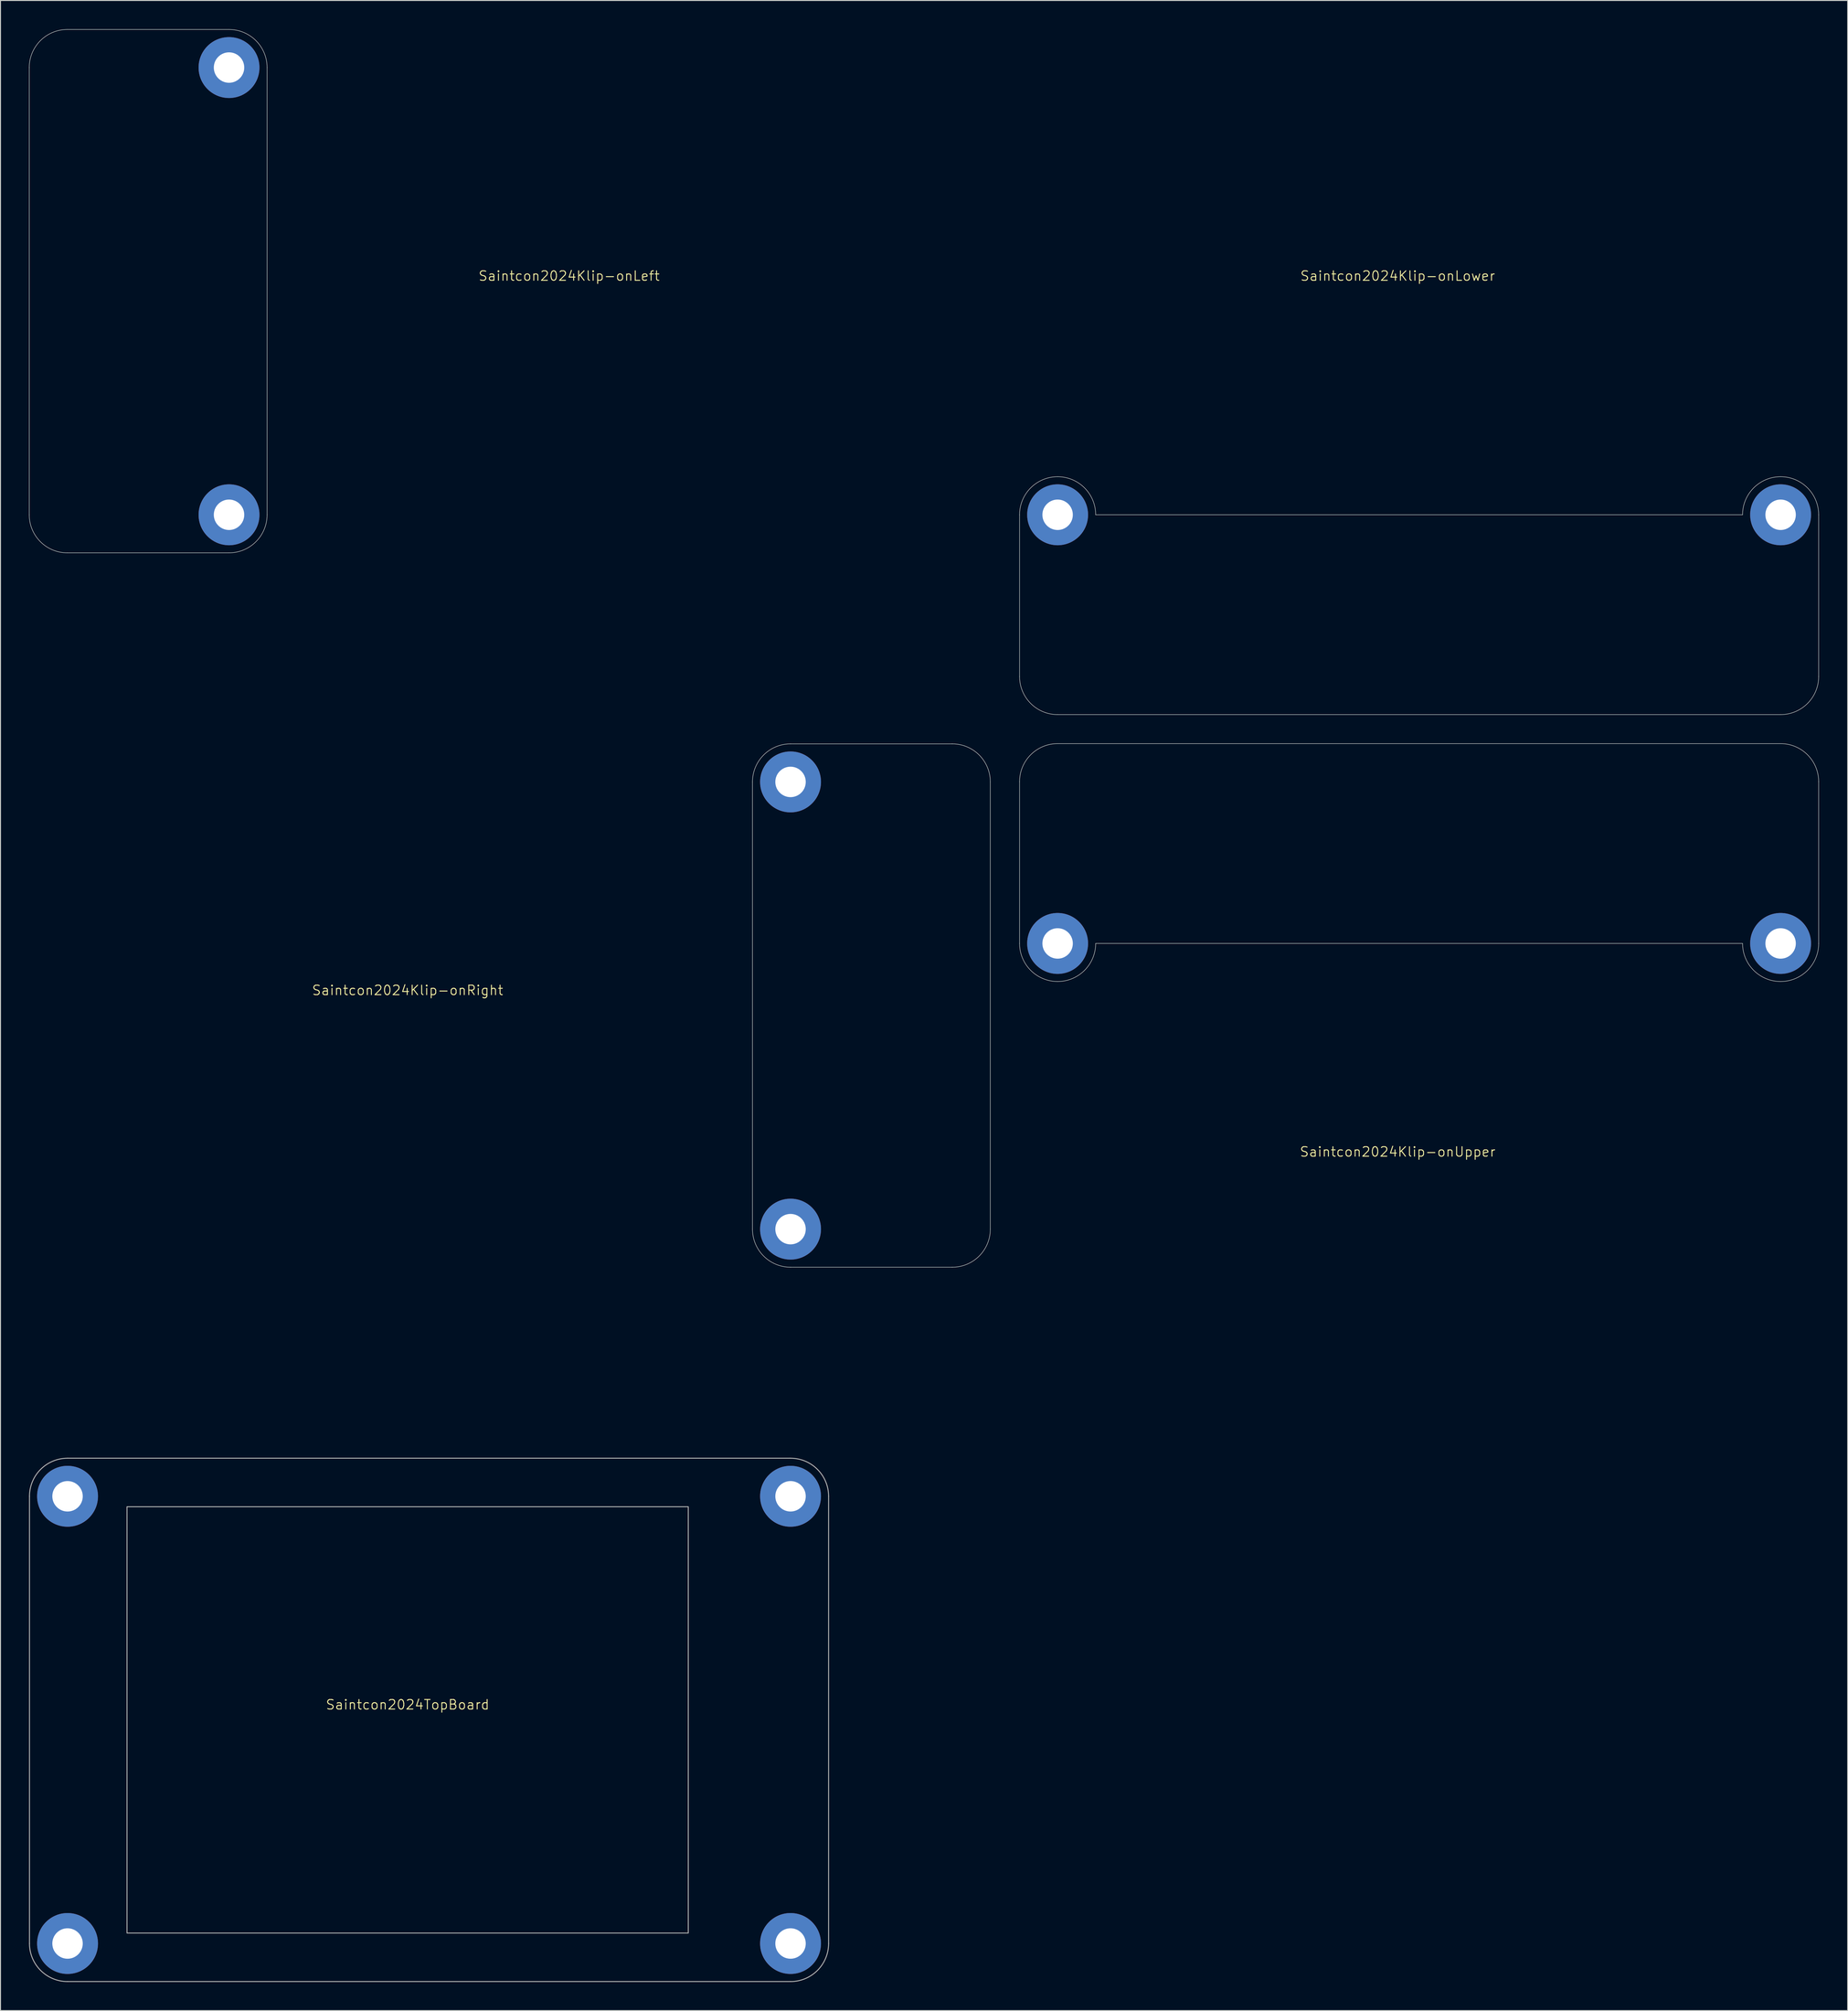
<source format=kicad_pcb>
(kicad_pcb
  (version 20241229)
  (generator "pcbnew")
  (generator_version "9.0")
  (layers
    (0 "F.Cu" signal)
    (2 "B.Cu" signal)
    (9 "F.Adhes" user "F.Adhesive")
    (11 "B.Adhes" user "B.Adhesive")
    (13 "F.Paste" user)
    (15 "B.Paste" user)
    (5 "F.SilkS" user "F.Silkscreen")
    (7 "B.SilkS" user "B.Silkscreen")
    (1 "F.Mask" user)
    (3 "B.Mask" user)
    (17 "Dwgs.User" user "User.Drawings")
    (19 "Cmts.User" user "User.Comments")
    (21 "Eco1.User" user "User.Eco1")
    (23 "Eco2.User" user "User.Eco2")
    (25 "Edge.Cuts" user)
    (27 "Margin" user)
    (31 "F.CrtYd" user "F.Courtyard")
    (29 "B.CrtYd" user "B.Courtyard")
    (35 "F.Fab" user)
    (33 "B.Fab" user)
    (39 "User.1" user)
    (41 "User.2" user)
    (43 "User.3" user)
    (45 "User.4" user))
  (footprint "Saintcon2024Klip-onRight"
    (layer "F.Cu")
    (at 39.8 101.525)
    (property "Reference" "Saintcon2024Klip-onRight" (at 0 -0.5 0) (unlocked yes) (layer "F.SilkS") (effects (font (size 1 1) (thickness 0.1))))
    (attr through_hole)
    (fp_line (start -39.75 24.6) (end -39.75 -22.4) (stroke (width 0.1) (type default)) (layer "Eco1.User"))
    (fp_line (start -35.75 -26.4) (end 40.25 -26.4) (stroke (width 0.1) (type default)) (layer "Eco1.User"))
    (fp_line (start 40.25 28.6) (end -35.75 28.6) (stroke (width 0.1) (type default)) (layer "Eco1.User"))
    (fp_line (start 44.25 -22.4) (end 44.25 24.6) (stroke (width 0.1) (type default)) (layer "Eco1.User"))
    (fp_rect (start -29.5 -21.3) (end 29.5 23.5) (stroke (width 0.1) (type default)) (fill no) (layer "Eco1.User"))
    (fp_arc (start -39.75 -22.4) (mid -38.578427 -25.228427) (end -35.75 -26.4) (stroke (width 0.1) (type default)) (layer "Eco1.User"))
    (fp_arc (start -35.75 28.6) (mid -38.578427 27.428427) (end -39.75 24.6) (stroke (width 0.1) (type default)) (layer "Eco1.User"))
    (fp_arc (start 40.25 -26.4) (mid 43.078427 -25.228427) (end 44.25 -22.4) (stroke (width 0.1) (type default)) (layer "Eco1.User"))
    (fp_arc (start 44.25 24.6) (mid 43.078427 27.428427) (end 40.25 28.6) (stroke (width 0.1) (type default)) (layer "Eco1.User"))
    (fp_line (start 36.25 24.6) (end 36.25 -22.4) (stroke (width 0.05) (type default)) (layer "Edge.Cuts"))
    (fp_line (start 57.25 -26.4) (end 40.25 -26.4) (stroke (width 0.05) (type default)) (layer "Edge.Cuts"))
    (fp_line (start 57.25 28.6) (end 40.25 28.6) (stroke (width 0.05) (type default)) (layer "Edge.Cuts"))
    (fp_line (start 61.25 24.6) (end 61.25 -22.4) (stroke (width 0.05) (type default)) (layer "Edge.Cuts"))
    (fp_arc (start 36.25 -22.4) (mid 37.421573 -25.228427) (end 40.25 -26.4) (stroke (width 0.05) (type default)) (layer "Edge.Cuts"))
    (fp_arc (start 40.25 28.6) (mid 37.421573 27.428427) (end 36.25 24.6) (stroke (width 0.05) (type default)) (layer "Edge.Cuts"))
    (fp_arc (start 57.25 -26.4) (mid 60.078427 -25.228427) (end 61.25 -22.4) (stroke (width 0.05) (type default)) (layer "Edge.Cuts"))
    (fp_arc (start 61.25 24.6) (mid 60.078427 27.428427) (end 57.25 28.6) (stroke (width 0.05) (type default)) (layer "Edge.Cuts"))
    (pad "+" thru_hole circle (at 40.25 24.6 180) (size 6.4 6.4) (drill 3.2) (layers "*.Cu" "*.Mask"))
    (pad "-" thru_hole circle (at 40.25 -22.4 180) (size 6.4 6.4) (drill 3.2) (layers "*.Cu" "*.Mask"))
    (zone (net_name "") (layer "B.Cu") (hatch edge 0.5) (connect_pads) (min_thickness 0.25) (filled_areas_thickness no) (keepout (tracks allowed) (vias allowed) (pads not_allowed) (copperpour allowed) (footprints not_allowed)) (placement (enabled no)) (fill) (polygon (pts (xy 84.05 122.725) (xy 69.3 122.725) (xy 69.3 82.475) (xy 84.05 82.475)))))
  (footprint "Saintcon2024Klip-onLeft"
    (layer "F.Cu")
    (at 56.775 26.45)
    (property "Reference" "Saintcon2024Klip-onLeft" (at 0 -0.5 0) (unlocked yes) (layer "F.SilkS") (effects (font (size 1 1) (thickness 0.1))))
    (attr through_hole)
    (fp_line (start -39.75 24.6) (end -39.75 -22.4) (stroke (width 0.1) (type default)) (layer "Eco1.User"))
    (fp_line (start -35.75 -26.4) (end 40.25 -26.4) (stroke (width 0.1) (type default)) (layer "Eco1.User"))
    (fp_line (start 40.25 28.6) (end -35.75 28.6) (stroke (width 0.1) (type default)) (layer "Eco1.User"))
    (fp_line (start 44.25 -22.4) (end 44.25 24.6) (stroke (width 0.1) (type default)) (layer "Eco1.User"))
    (fp_rect (start -29.5 -21.3) (end 29.5 23.5) (stroke (width 0.1) (type default)) (fill no) (layer "Eco1.User"))
    (fp_arc (start -39.75 -22.4) (mid -38.578427 -25.228427) (end -35.75 -26.4) (stroke (width 0.1) (type default)) (layer "Eco1.User"))
    (fp_arc (start -35.75 28.6) (mid -38.578427 27.428427) (end -39.75 24.6) (stroke (width 0.1) (type default)) (layer "Eco1.User"))
    (fp_arc (start 40.25 -26.4) (mid 43.078427 -25.228427) (end 44.25 -22.4) (stroke (width 0.1) (type default)) (layer "Eco1.User"))
    (fp_arc (start 44.25 24.6) (mid 43.078427 27.428427) (end 40.25 28.6) (stroke (width 0.1) (type default)) (layer "Eco1.User"))
    (fp_line (start -56.75 -22.4) (end -56.75 24.6) (stroke (width 0.05) (type default)) (layer "Edge.Cuts"))
    (fp_line (start -52.75 -26.4) (end -35.75 -26.4) (stroke (width 0.05) (type default)) (layer "Edge.Cuts"))
    (fp_line (start -52.75 28.6) (end -35.75 28.6) (stroke (width 0.05) (type default)) (layer "Edge.Cuts"))
    (fp_line (start -31.75 -22.4) (end -31.75 24.6) (stroke (width 0.05) (type default)) (layer "Edge.Cuts"))
    (fp_arc (start -56.75 -22.4) (mid -55.578427 -25.228427) (end -52.75 -26.4) (stroke (width 0.05) (type default)) (layer "Edge.Cuts"))
    (fp_arc (start -52.75 28.6) (mid -55.578427 27.428427) (end -56.75 24.6) (stroke (width 0.05) (type default)) (layer "Edge.Cuts"))
    (fp_arc (start -35.75 -26.4) (mid -32.921573 -25.228427) (end -31.75 -22.4) (stroke (width 0.05) (type default)) (layer "Edge.Cuts"))
    (fp_arc (start -31.75 24.6) (mid -32.921573 27.428427) (end -35.75 28.6) (stroke (width 0.05) (type default)) (layer "Edge.Cuts"))
    (pad "+" thru_hole circle (at -35.75 -22.4) (size 6.4 6.4) (drill 3.2) (layers "*.Cu" "*.Mask"))
    (pad "-" thru_hole circle (at -35.75 24.6) (size 6.4 6.4) (drill 3.2) (layers "*.Cu" "*.Mask"))
    (zone (net_name "") (layer "B.Cu") (hatch edge 0.5) (connect_pads) (min_thickness 0.25) (filled_areas_thickness no) (keepout (tracks allowed) (vias allowed) (pads not_allowed) (copperpour allowed) (footprints not_allowed)) (placement (enabled no)) (fill) (polygon (pts (xy 17.025 7.45) (xy 27.275 7.45) (xy 27.275 47.7) (xy 17.025 47.7)))))
  (footprint "Saintcon2024Klip-onLower"
    (layer "F.Cu")
    (at 143.875 26.45)
    (property "Reference" "Saintcon2024Klip-onLower" (at 0 -0.5 0) (unlocked yes) (layer "F.SilkS") (effects (font (size 1 1) (thickness 0.1))))
    (attr through_hole)
    (fp_line (start -39.75 24.6) (end -39.75 -22.4) (stroke (width 0.1) (type default)) (layer "Eco1.User"))
    (fp_line (start -35.75 -26.4) (end 40.25 -26.4) (stroke (width 0.1) (type default)) (layer "Eco1.User"))
    (fp_line (start 40.25 28.6) (end -35.75 28.6) (stroke (width 0.1) (type default)) (layer "Eco1.User"))
    (fp_line (start 44.25 -22.4) (end 44.25 24.6) (stroke (width 0.1) (type default)) (layer "Eco1.User"))
    (fp_rect (start -29.5 -21.3) (end 29.5 23.5) (stroke (width 0.1) (type default)) (fill no) (layer "Eco1.User"))
    (fp_arc (start -39.75 -22.4) (mid -38.578427 -25.228427) (end -35.75 -26.4) (stroke (width 0.1) (type default)) (layer "Eco1.User"))
    (fp_arc (start -35.75 28.6) (mid -38.578427 27.428427) (end -39.75 24.6) (stroke (width 0.1) (type default)) (layer "Eco1.User"))
    (fp_arc (start 40.25 -26.4) (mid 43.078427 -25.228427) (end 44.25 -22.4) (stroke (width 0.1) (type default)) (layer "Eco1.User"))
    (fp_arc (start 44.25 24.6) (mid 43.078427 27.428427) (end 40.25 28.6) (stroke (width 0.1) (type default)) (layer "Eco1.User"))
    (fp_line (start -39.75 24.6) (end -39.75 41.6) (stroke (width 0.05) (type default)) (layer "Edge.Cuts"))
    (fp_line (start 36.25 24.6) (end -31.75 24.6) (stroke (width 0.05) (type default)) (layer "Edge.Cuts"))
    (fp_line (start 40.25 45.6) (end -35.75 45.6) (stroke (width 0.05) (type default)) (layer "Edge.Cuts"))
    (fp_line (start 44.25 24.6) (end 44.25 41.6) (stroke (width 0.05) (type default)) (layer "Edge.Cuts"))
    (fp_arc (start -39.75 24.6) (mid -38.578427 21.771573) (end -35.75 20.6) (stroke (width 0.05) (type default)) (layer "Edge.Cuts"))
    (fp_arc (start -35.75 20.6) (mid -32.921573 21.771573) (end -31.75 24.6) (stroke (width 0.05) (type default)) (layer "Edge.Cuts"))
    (fp_arc (start -35.75 45.6) (mid -38.578427 44.428427) (end -39.75 41.6) (stroke (width 0.05) (type default)) (layer "Edge.Cuts"))
    (fp_arc (start 36.25 24.6) (mid 37.421573 21.771573) (end 40.25 20.6) (stroke (width 0.05) (type default)) (layer "Edge.Cuts"))
    (fp_arc (start 40.25 20.6) (mid 43.078427 21.771573) (end 44.25 24.6) (stroke (width 0.05) (type default)) (layer "Edge.Cuts"))
    (fp_arc (start 44.25 41.6) (mid 43.078427 44.428427) (end 40.25 45.6) (stroke (width 0.05) (type default)) (layer "Edge.Cuts"))
    (pad "+" thru_hole circle (at 40.25 24.6 180) (size 6.4 6.4) (drill 3.2) (layers "*.Cu" "*.Mask"))
    (pad "-" thru_hole circle (at -35.75 24.6) (size 6.4 6.4) (drill 3.2) (layers "*.Cu" "*.Mask"))
    (zone (net_name "") (layers "B.Cu" "Cmts.User") (hatch edge 0.5) (connect_pads) (min_thickness 0.25) (filled_areas_thickness no) (keepout (tracks allowed) (vias allowed) (pads not_allowed) (copperpour allowed) (footprints not_allowed)) (placement (enabled no)) (fill) (polygon (pts (xy 180.625 49.95) (xy 180.625 54.95) (xy 111.625 54.95) (xy 111.625 49.95)))))
  (footprint "Saintcon2024Klip-onUpper"
    (layer "F.Cu")
    (at 143.875 118.5)
    (property "Reference" "Saintcon2024Klip-onUpper" (at 0 -0.5 0) (unlocked yes) (layer "F.SilkS") (effects (font (size 1 1) (thickness 0.1))))
    (attr through_hole)
    (fp_line (start -39.75 24.6) (end -39.75 -22.4) (stroke (width 0.1) (type default)) (layer "Eco1.User"))
    (fp_line (start -35.75 -26.4) (end 40.25 -26.4) (stroke (width 0.1) (type default)) (layer "Eco1.User"))
    (fp_line (start 40.25 28.6) (end -35.75 28.6) (stroke (width 0.1) (type default)) (layer "Eco1.User"))
    (fp_line (start 44.25 -22.4) (end 44.25 24.6) (stroke (width 0.1) (type default)) (layer "Eco1.User"))
    (fp_rect (start -29.5 -21.3) (end 29.5 23.5) (stroke (width 0.1) (type default)) (fill no) (layer "Eco1.User"))
    (fp_arc (start -39.75 -22.4) (mid -38.578427 -25.228427) (end -35.75 -26.4) (stroke (width 0.1) (type default)) (layer "Eco1.User"))
    (fp_arc (start -35.75 28.6) (mid -38.578427 27.428427) (end -39.75 24.6) (stroke (width 0.1) (type default)) (layer "Eco1.User"))
    (fp_arc (start 40.25 -26.4) (mid 43.078427 -25.228427) (end 44.25 -22.4) (stroke (width 0.1) (type default)) (layer "Eco1.User"))
    (fp_arc (start 44.25 24.6) (mid 43.078427 27.428427) (end 40.25 28.6) (stroke (width 0.1) (type default)) (layer "Eco1.User"))
    (fp_line (start -39.75 -22.4) (end -39.75 -39.4) (stroke (width 0.05) (type default)) (layer "Edge.Cuts"))
    (fp_line (start -35.75 -43.4) (end 40.25 -43.4) (stroke (width 0.05) (type default)) (layer "Edge.Cuts"))
    (fp_line (start -31.75 -22.4) (end 36.25 -22.4) (stroke (width 0.05) (type default)) (layer "Edge.Cuts"))
    (fp_line (start 44.25 -22.4) (end 44.25 -39.4) (stroke (width 0.05) (type default)) (layer "Edge.Cuts"))
    (fp_arc (start -39.75 -39.4) (mid -38.578427 -42.228427) (end -35.75 -43.4) (stroke (width 0.05) (type default)) (layer "Edge.Cuts"))
    (fp_arc (start -35.75 -18.4) (mid -38.578427 -19.571573) (end -39.75 -22.4) (stroke (width 0.05) (type default)) (layer "Edge.Cuts"))
    (fp_arc (start -31.75 -22.4) (mid -32.921573 -19.571573) (end -35.75 -18.4) (stroke (width 0.05) (type default)) (layer "Edge.Cuts"))
    (fp_arc (start 40.25 -43.4) (mid 43.078427 -42.228427) (end 44.25 -39.4) (stroke (width 0.05) (type default)) (layer "Edge.Cuts"))
    (fp_arc (start 40.25 -18.4) (mid 37.421573 -19.571573) (end 36.25 -22.4) (stroke (width 0.05) (type default)) (layer "Edge.Cuts"))
    (fp_arc (start 44.25 -22.4) (mid 43.078427 -19.571573) (end 40.25 -18.4) (stroke (width 0.05) (type default)) (layer "Edge.Cuts"))
    (pad "+" thru_hole circle (at -35.75 -22.4) (size 6.4 6.4) (drill 3.2) (layers "*.Cu" "*.Mask"))
    (pad "-" thru_hole circle (at 40.25 -22.4 180) (size 6.4 6.4) (drill 3.2) (layers "*.Cu" "*.Mask"))
    (zone (net_name "") (layers "B.Cu" "Cmts.User") (hatch edge 0.5) (connect_pads) (min_thickness 0.25) (filled_areas_thickness no) (keepout (tracks allowed) (vias allowed) (pads not_allowed) (copperpour allowed) (footprints not_allowed)) (placement (enabled no)) (fill) (polygon (pts (xy 180.625 97.25) (xy 180.625 92) (xy 111.625 92) (xy 111.625 97.25)))))
  (footprint "Saintcon2024TopBoard"
    (layer "F.Cu")
    (at 39.8 176.6)
    (property "Reference" "Saintcon2024TopBoard" (at 0 -0.5 0) (unlocked yes) (layer "F.SilkS") (effects (font (size 1 1) (thickness 0.1))))
    (attr through_hole)
    (fp_line (start -39.75 24.6) (end -39.75 -22.4) (stroke (width 0.1) (type default)) (layer "F.Fab"))
    (fp_line (start -35.75 -26.4) (end 40.25 -26.4) (stroke (width 0.1) (type default)) (layer "F.Fab"))
    (fp_line (start 40.25 28.6) (end -35.75 28.6) (stroke (width 0.1) (type default)) (layer "F.Fab"))
    (fp_line (start 44.25 -22.4) (end 44.25 24.6) (stroke (width 0.1) (type default)) (layer "F.Fab"))
    (fp_rect (start -29.5 -21.3) (end 29.5 23.5) (stroke (width 0.1) (type default)) (fill no) (layer "F.Fab"))
    (fp_arc (start -39.75 -22.4) (mid -38.578427 -25.228427) (end -35.75 -26.4) (stroke (width 0.1) (type default)) (layer "F.Fab"))
    (fp_arc (start -35.75 28.6) (mid -38.578427 27.428427) (end -39.75 24.6) (stroke (width 0.1) (type default)) (layer "F.Fab"))
    (fp_arc (start 40.25 -26.4) (mid 43.078427 -25.228427) (end 44.25 -22.4) (stroke (width 0.1) (type default)) (layer "F.Fab"))
    (fp_arc (start 44.25 24.6) (mid 43.078427 27.428427) (end 40.25 28.6) (stroke (width 0.1) (type default)) (layer "F.Fab"))
    (pad "+" thru_hole circle (at -35.75 -22.4) (size 6.4 6.4) (drill 3.2) (layers "*.Cu" "*.Mask"))
    (pad "+" thru_hole circle (at 40.25 24.6) (size 6.4 6.4) (drill 3.2) (layers "*.Cu" "*.Mask"))
    (pad "-" thru_hole circle (at -35.75 24.6) (size 6.4 6.4) (drill 3.2) (layers "*.Cu" "*.Mask"))
    (pad "-" thru_hole circle (at 40.25 -22.4) (size 6.4 6.4) (drill 3.2) (layers "*.Cu" "*.Mask")))
  (gr_rect
    (start -3 -3)
    (end 191.175 208.25)
    (stroke (width 0.1) (type default))
    (fill no)
    (layer "Edge.Cuts")))
</source>
